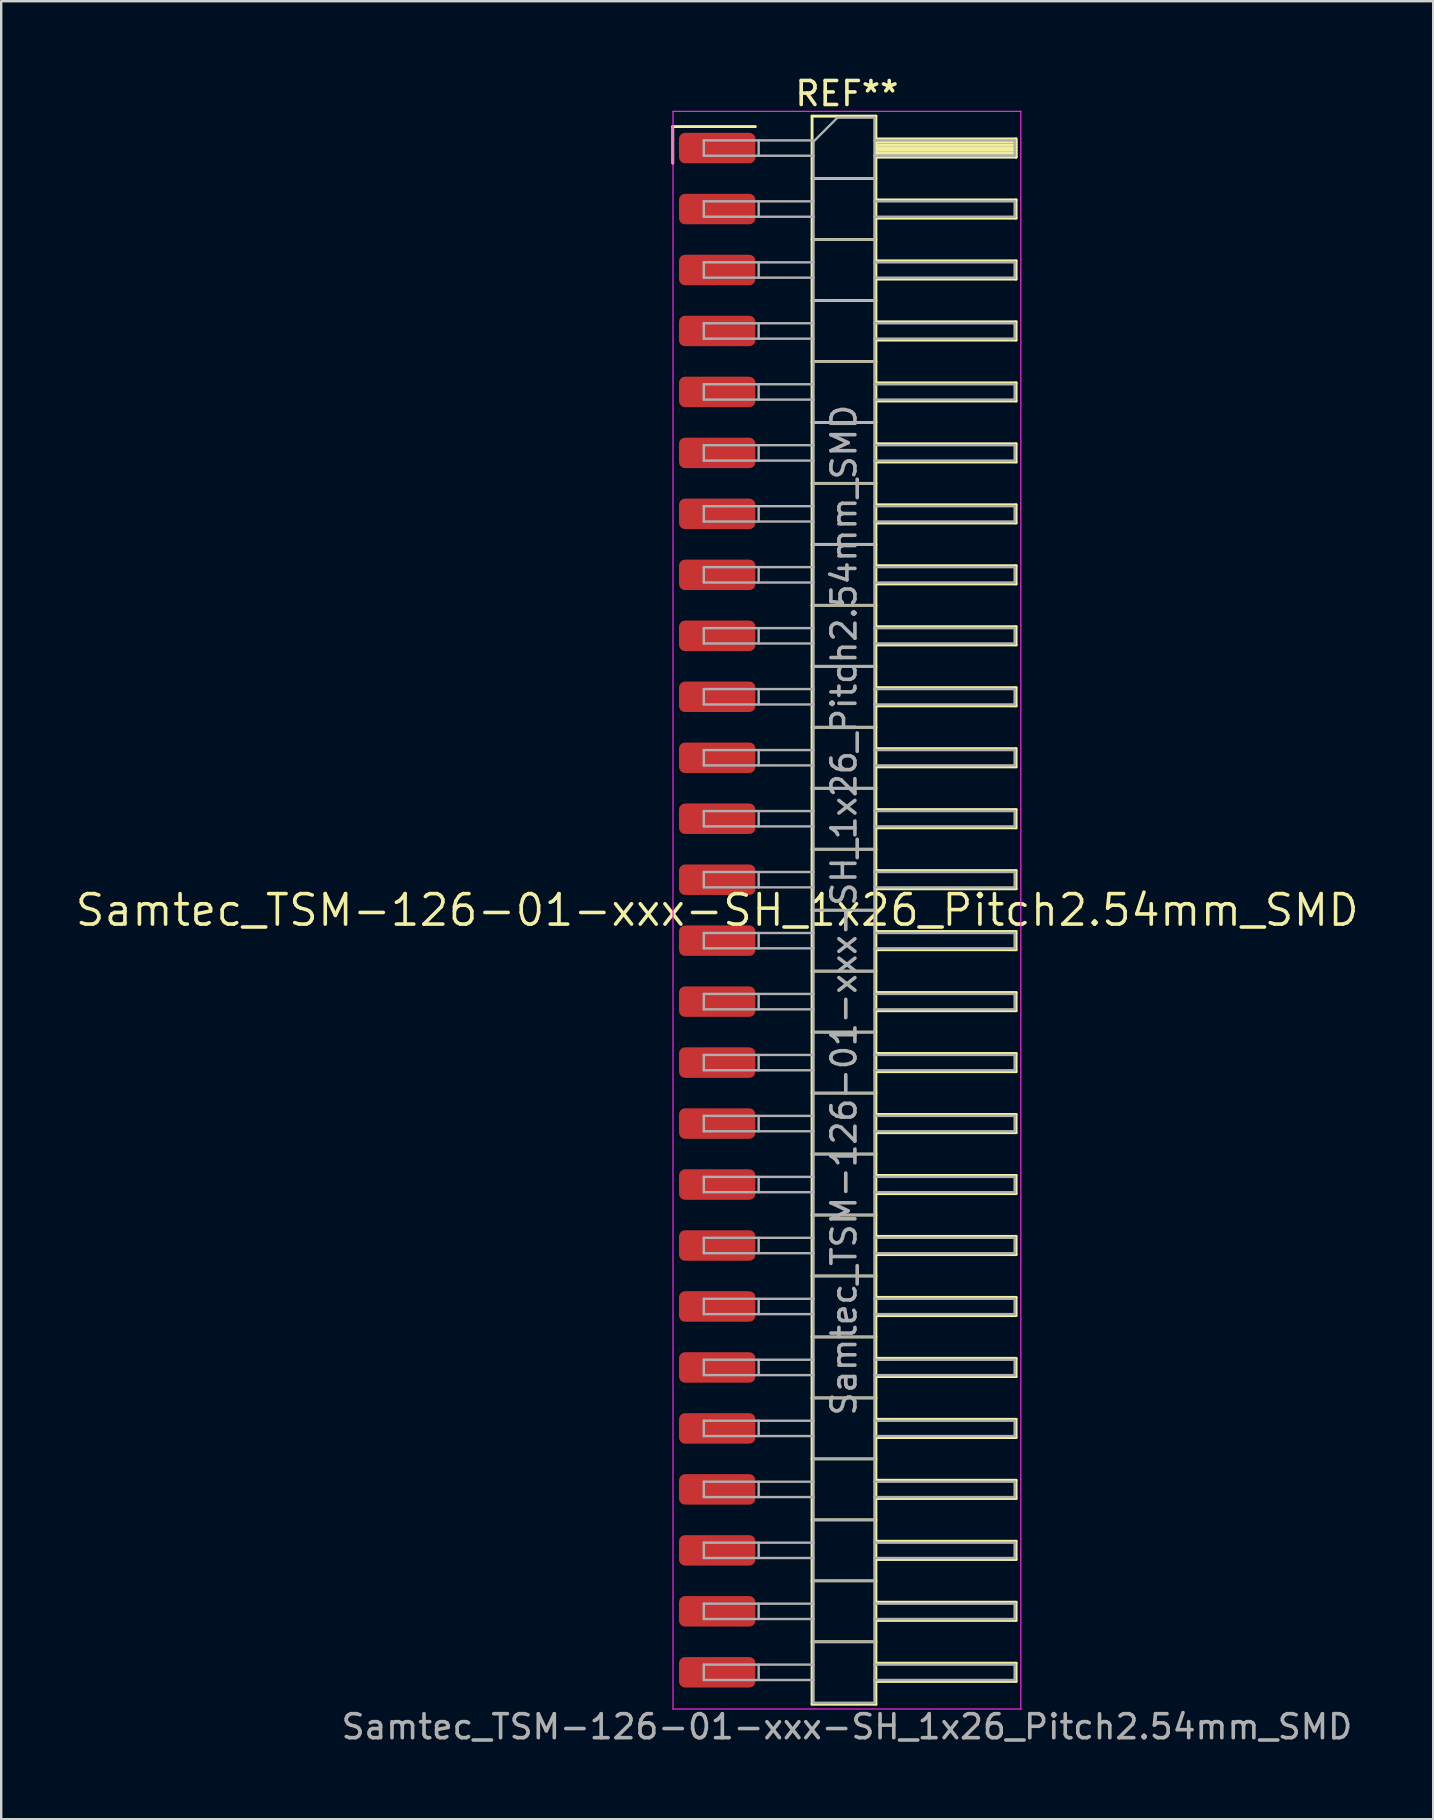
<source format=kicad_pcb>
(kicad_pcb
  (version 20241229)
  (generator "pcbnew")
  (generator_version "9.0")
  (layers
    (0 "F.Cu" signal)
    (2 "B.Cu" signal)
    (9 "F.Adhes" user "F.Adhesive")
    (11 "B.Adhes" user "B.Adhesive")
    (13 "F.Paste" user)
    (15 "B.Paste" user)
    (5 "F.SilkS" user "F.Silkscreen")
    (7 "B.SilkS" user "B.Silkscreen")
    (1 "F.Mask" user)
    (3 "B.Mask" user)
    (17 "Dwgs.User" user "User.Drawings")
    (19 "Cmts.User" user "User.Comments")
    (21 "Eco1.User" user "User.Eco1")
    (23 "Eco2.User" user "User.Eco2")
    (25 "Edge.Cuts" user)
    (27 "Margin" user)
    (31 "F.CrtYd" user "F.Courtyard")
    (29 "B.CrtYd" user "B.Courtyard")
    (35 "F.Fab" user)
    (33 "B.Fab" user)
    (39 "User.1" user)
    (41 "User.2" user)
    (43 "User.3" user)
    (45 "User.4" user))
  (footprint "Samtec_TSM-126-01-xxx-SH_1x26_Pitch2.54mm_SMD"
    (layer "F.Cu")
    (at 26.828 34.868)
    (property "Reference" "Samtec_TSM-126-01-xxx-SH_1x26_Pitch2.54mm_SMD" (at 0 0 0) (layer "F.SilkS") (effects (font (size 1.27 1.27) (thickness 0.15))))
    (attr smd)
    (fp_line (start -1.85 -32.645) (end 1.59 -32.645) (stroke (width 0.12) (type solid)) (layer "F.SilkS"))
    (fp_line (start -1.85 -31.115) (end -1.85 -32.645) (stroke (width 0.12) (type solid)) (layer "F.SilkS"))
    (fp_line (start 3.953 -33.08) (end 6.613 -33.08) (stroke (width 0.12) (type solid)) (layer "F.SilkS"))
    (fp_line (start 3.953 -30.48) (end 6.613 -30.48) (stroke (width 0.12) (type solid)) (layer "F.SilkS"))
    (fp_line (start 3.953 -27.94) (end 6.613 -27.94) (stroke (width 0.12) (type solid)) (layer "F.SilkS"))
    (fp_line (start 3.953 -25.4) (end 6.613 -25.4) (stroke (width 0.12) (type solid)) (layer "F.SilkS"))
    (fp_line (start 3.953 -22.86) (end 6.613 -22.86) (stroke (width 0.12) (type solid)) (layer "F.SilkS"))
    (fp_line (start 3.953 -20.32) (end 6.613 -20.32) (stroke (width 0.12) (type solid)) (layer "F.SilkS"))
    (fp_line (start 3.953 -17.78) (end 6.613 -17.78) (stroke (width 0.12) (type solid)) (layer "F.SilkS"))
    (fp_line (start 3.953 -15.24) (end 6.613 -15.24) (stroke (width 0.12) (type solid)) (layer "F.SilkS"))
    (fp_line (start 3.953 -12.7) (end 6.613 -12.7) (stroke (width 0.12) (type solid)) (layer "F.SilkS"))
    (fp_line (start 3.953 -10.16) (end 6.613 -10.16) (stroke (width 0.12) (type solid)) (layer "F.SilkS"))
    (fp_line (start 3.953 -7.62) (end 6.613 -7.62) (stroke (width 0.12) (type solid)) (layer "F.SilkS"))
    (fp_line (start 3.953 -5.08) (end 6.613 -5.08) (stroke (width 0.12) (type solid)) (layer "F.SilkS"))
    (fp_line (start 3.953 -2.54) (end 6.613 -2.54) (stroke (width 0.12) (type solid)) (layer "F.SilkS"))
    (fp_line (start 3.953 0) (end 6.613 0) (stroke (width 0.12) (type solid)) (layer "F.SilkS"))
    (fp_line (start 3.953 2.54) (end 6.613 2.54) (stroke (width 0.12) (type solid)) (layer "F.SilkS"))
    (fp_line (start 3.953 5.08) (end 6.613 5.08) (stroke (width 0.12) (type solid)) (layer "F.SilkS"))
    (fp_line (start 3.953 7.62) (end 6.613 7.62) (stroke (width 0.12) (type solid)) (layer "F.SilkS"))
    (fp_line (start 3.953 10.16) (end 6.613 10.16) (stroke (width 0.12) (type solid)) (layer "F.SilkS"))
    (fp_line (start 3.953 12.7) (end 6.613 12.7) (stroke (width 0.12) (type solid)) (layer "F.SilkS"))
    (fp_line (start 3.953 15.24) (end 6.613 15.24) (stroke (width 0.12) (type solid)) (layer "F.SilkS"))
    (fp_line (start 3.953 17.78) (end 6.613 17.78) (stroke (width 0.12) (type solid)) (layer "F.SilkS"))
    (fp_line (start 3.953 20.32) (end 6.613 20.32) (stroke (width 0.12) (type solid)) (layer "F.SilkS"))
    (fp_line (start 3.953 22.86) (end 6.613 22.86) (stroke (width 0.12) (type solid)) (layer "F.SilkS"))
    (fp_line (start 3.953 25.4) (end 6.613 25.4) (stroke (width 0.12) (type solid)) (layer "F.SilkS"))
    (fp_line (start 3.953 27.94) (end 6.613 27.94) (stroke (width 0.12) (type solid)) (layer "F.SilkS"))
    (fp_line (start 3.953 30.48) (end 6.613 30.48) (stroke (width 0.12) (type solid)) (layer "F.SilkS"))
    (fp_line (start 3.953 33.08) (end 3.953 -33.08) (stroke (width 0.12) (type solid)) (layer "F.SilkS"))
    (fp_line (start 6.613 -33.08) (end 6.613 33.08) (stroke (width 0.12) (type solid)) (layer "F.SilkS"))
    (fp_line (start 6.613 -32.13) (end 12.453 -32.13) (stroke (width 0.12) (type solid)) (layer "F.SilkS"))
    (fp_line (start 6.613 -32.01) (end 12.453 -32.01) (stroke (width 0.12) (type solid)) (layer "F.SilkS"))
    (fp_line (start 6.613 -31.89) (end 12.453 -31.89) (stroke (width 0.12) (type solid)) (layer "F.SilkS"))
    (fp_line (start 6.613 -31.77) (end 12.453 -31.77) (stroke (width 0.12) (type solid)) (layer "F.SilkS"))
    (fp_line (start 6.613 -31.65) (end 12.453 -31.65) (stroke (width 0.12) (type solid)) (layer "F.SilkS"))
    (fp_line (start 6.613 -31.53) (end 12.453 -31.53) (stroke (width 0.12) (type solid)) (layer "F.SilkS"))
    (fp_line (start 6.613 -31.41) (end 12.453 -31.41) (stroke (width 0.12) (type solid)) (layer "F.SilkS"))
    (fp_line (start 6.613 -31.37) (end 12.453 -31.37) (stroke (width 0.12) (type solid)) (layer "F.SilkS"))
    (fp_line (start 6.613 -29.59) (end 12.453 -29.59) (stroke (width 0.12) (type solid)) (layer "F.SilkS"))
    (fp_line (start 6.613 -28.83) (end 12.453 -28.83) (stroke (width 0.12) (type solid)) (layer "F.SilkS"))
    (fp_line (start 6.613 -27.05) (end 12.453 -27.05) (stroke (width 0.12) (type solid)) (layer "F.SilkS"))
    (fp_line (start 6.613 -26.29) (end 12.453 -26.29) (stroke (width 0.12) (type solid)) (layer "F.SilkS"))
    (fp_line (start 6.613 -24.51) (end 12.453 -24.51) (stroke (width 0.12) (type solid)) (layer "F.SilkS"))
    (fp_line (start 6.613 -23.75) (end 12.453 -23.75) (stroke (width 0.12) (type solid)) (layer "F.SilkS"))
    (fp_line (start 6.613 -21.97) (end 12.453 -21.97) (stroke (width 0.12) (type solid)) (layer "F.SilkS"))
    (fp_line (start 6.613 -21.21) (end 12.453 -21.21) (stroke (width 0.12) (type solid)) (layer "F.SilkS"))
    (fp_line (start 6.613 -19.43) (end 12.453 -19.43) (stroke (width 0.12) (type solid)) (layer "F.SilkS"))
    (fp_line (start 6.613 -18.67) (end 12.453 -18.67) (stroke (width 0.12) (type solid)) (layer "F.SilkS"))
    (fp_line (start 6.613 -16.89) (end 12.453 -16.89) (stroke (width 0.12) (type solid)) (layer "F.SilkS"))
    (fp_line (start 6.613 -16.13) (end 12.453 -16.13) (stroke (width 0.12) (type solid)) (layer "F.SilkS"))
    (fp_line (start 6.613 -14.35) (end 12.453 -14.35) (stroke (width 0.12) (type solid)) (layer "F.SilkS"))
    (fp_line (start 6.613 -13.59) (end 12.453 -13.59) (stroke (width 0.12) (type solid)) (layer "F.SilkS"))
    (fp_line (start 6.613 -11.81) (end 12.453 -11.81) (stroke (width 0.12) (type solid)) (layer "F.SilkS"))
    (fp_line (start 6.613 -11.05) (end 12.453 -11.05) (stroke (width 0.12) (type solid)) (layer "F.SilkS"))
    (fp_line (start 6.613 -9.27) (end 12.453 -9.27) (stroke (width 0.12) (type solid)) (layer "F.SilkS"))
    (fp_line (start 6.613 -8.51) (end 12.453 -8.51) (stroke (width 0.12) (type solid)) (layer "F.SilkS"))
    (fp_line (start 6.613 -6.73) (end 12.453 -6.73) (stroke (width 0.12) (type solid)) (layer "F.SilkS"))
    (fp_line (start 6.613 -5.97) (end 12.453 -5.97) (stroke (width 0.12) (type solid)) (layer "F.SilkS"))
    (fp_line (start 6.613 -4.19) (end 12.453 -4.19) (stroke (width 0.12) (type solid)) (layer "F.SilkS"))
    (fp_line (start 6.613 -3.43) (end 12.453 -3.43) (stroke (width 0.12) (type solid)) (layer "F.SilkS"))
    (fp_line (start 6.613 -1.65) (end 12.453 -1.65) (stroke (width 0.12) (type solid)) (layer "F.SilkS"))
    (fp_line (start 6.613 -0.89) (end 12.453 -0.89) (stroke (width 0.12) (type solid)) (layer "F.SilkS"))
    (fp_line (start 6.613 0.89) (end 12.453 0.89) (stroke (width 0.12) (type solid)) (layer "F.SilkS"))
    (fp_line (start 6.613 1.65) (end 12.453 1.65) (stroke (width 0.12) (type solid)) (layer "F.SilkS"))
    (fp_line (start 6.613 3.43) (end 12.453 3.43) (stroke (width 0.12) (type solid)) (layer "F.SilkS"))
    (fp_line (start 6.613 4.19) (end 12.453 4.19) (stroke (width 0.12) (type solid)) (layer "F.SilkS"))
    (fp_line (start 6.613 5.97) (end 12.453 5.97) (stroke (width 0.12) (type solid)) (layer "F.SilkS"))
    (fp_line (start 6.613 6.73) (end 12.453 6.73) (stroke (width 0.12) (type solid)) (layer "F.SilkS"))
    (fp_line (start 6.613 8.51) (end 12.453 8.51) (stroke (width 0.12) (type solid)) (layer "F.SilkS"))
    (fp_line (start 6.613 9.27) (end 12.453 9.27) (stroke (width 0.12) (type solid)) (layer "F.SilkS"))
    (fp_line (start 6.613 11.05) (end 12.453 11.05) (stroke (width 0.12) (type solid)) (layer "F.SilkS"))
    (fp_line (start 6.613 11.81) (end 12.453 11.81) (stroke (width 0.12) (type solid)) (layer "F.SilkS"))
    (fp_line (start 6.613 13.59) (end 12.453 13.59) (stroke (width 0.12) (type solid)) (layer "F.SilkS"))
    (fp_line (start 6.613 14.35) (end 12.453 14.35) (stroke (width 0.12) (type solid)) (layer "F.SilkS"))
    (fp_line (start 6.613 16.13) (end 12.453 16.13) (stroke (width 0.12) (type solid)) (layer "F.SilkS"))
    (fp_line (start 6.613 16.89) (end 12.453 16.89) (stroke (width 0.12) (type solid)) (layer "F.SilkS"))
    (fp_line (start 6.613 18.67) (end 12.453 18.67) (stroke (width 0.12) (type solid)) (layer "F.SilkS"))
    (fp_line (start 6.613 19.43) (end 12.453 19.43) (stroke (width 0.12) (type solid)) (layer "F.SilkS"))
    (fp_line (start 6.613 21.21) (end 12.453 21.21) (stroke (width 0.12) (type solid)) (layer "F.SilkS"))
    (fp_line (start 6.613 21.97) (end 12.453 21.97) (stroke (width 0.12) (type solid)) (layer "F.SilkS"))
    (fp_line (start 6.613 23.75) (end 12.453 23.75) (stroke (width 0.12) (type solid)) (layer "F.SilkS"))
    (fp_line (start 6.613 24.51) (end 12.453 24.51) (stroke (width 0.12) (type solid)) (layer "F.SilkS"))
    (fp_line (start 6.613 26.29) (end 12.453 26.29) (stroke (width 0.12) (type solid)) (layer "F.SilkS"))
    (fp_line (start 6.613 27.05) (end 12.453 27.05) (stroke (width 0.12) (type solid)) (layer "F.SilkS"))
    (fp_line (start 6.613 28.83) (end 12.453 28.83) (stroke (width 0.12) (type solid)) (layer "F.SilkS"))
    (fp_line (start 6.613 29.59) (end 12.453 29.59) (stroke (width 0.12) (type solid)) (layer "F.SilkS"))
    (fp_line (start 6.613 31.37) (end 12.453 31.37) (stroke (width 0.12) (type solid)) (layer "F.SilkS"))
    (fp_line (start 6.613 32.13) (end 12.453 32.13) (stroke (width 0.12) (type solid)) (layer "F.SilkS"))
    (fp_line (start 6.613 33.08) (end 3.953 33.08) (stroke (width 0.12) (type solid)) (layer "F.SilkS"))
    (fp_line (start 12.453 -32.13) (end 12.453 -31.37) (stroke (width 0.12) (type solid)) (layer "F.SilkS"))
    (fp_line (start 12.453 -29.59) (end 12.453 -28.83) (stroke (width 0.12) (type solid)) (layer "F.SilkS"))
    (fp_line (start 12.453 -27.05) (end 12.453 -26.29) (stroke (width 0.12) (type solid)) (layer "F.SilkS"))
    (fp_line (start 12.453 -24.51) (end 12.453 -23.75) (stroke (width 0.12) (type solid)) (layer "F.SilkS"))
    (fp_line (start 12.453 -21.97) (end 12.453 -21.21) (stroke (width 0.12) (type solid)) (layer "F.SilkS"))
    (fp_line (start 12.453 -19.43) (end 12.453 -18.67) (stroke (width 0.12) (type solid)) (layer "F.SilkS"))
    (fp_line (start 12.453 -16.89) (end 12.453 -16.13) (stroke (width 0.12) (type solid)) (layer "F.SilkS"))
    (fp_line (start 12.453 -14.35) (end 12.453 -13.59) (stroke (width 0.12) (type solid)) (layer "F.SilkS"))
    (fp_line (start 12.453 -11.81) (end 12.453 -11.05) (stroke (width 0.12) (type solid)) (layer "F.SilkS"))
    (fp_line (start 12.453 -9.27) (end 12.453 -8.51) (stroke (width 0.12) (type solid)) (layer "F.SilkS"))
    (fp_line (start 12.453 -6.73) (end 12.453 -5.97) (stroke (width 0.12) (type solid)) (layer "F.SilkS"))
    (fp_line (start 12.453 -4.19) (end 12.453 -3.43) (stroke (width 0.12) (type solid)) (layer "F.SilkS"))
    (fp_line (start 12.453 -1.65) (end 12.453 -0.89) (stroke (width 0.12) (type solid)) (layer "F.SilkS"))
    (fp_line (start 12.453 0.89) (end 12.453 1.65) (stroke (width 0.12) (type solid)) (layer "F.SilkS"))
    (fp_line (start 12.453 3.43) (end 12.453 4.19) (stroke (width 0.12) (type solid)) (layer "F.SilkS"))
    (fp_line (start 12.453 5.97) (end 12.453 6.73) (stroke (width 0.12) (type solid)) (layer "F.SilkS"))
    (fp_line (start 12.453 8.51) (end 12.453 9.27) (stroke (width 0.12) (type solid)) (layer "F.SilkS"))
    (fp_line (start 12.453 11.05) (end 12.453 11.81) (stroke (width 0.12) (type solid)) (layer "F.SilkS"))
    (fp_line (start 12.453 13.59) (end 12.453 14.35) (stroke (width 0.12) (type solid)) (layer "F.SilkS"))
    (fp_line (start 12.453 16.13) (end 12.453 16.89) (stroke (width 0.12) (type solid)) (layer "F.SilkS"))
    (fp_line (start 12.453 18.67) (end 12.453 19.43) (stroke (width 0.12) (type solid)) (layer "F.SilkS"))
    (fp_line (start 12.453 21.21) (end 12.453 21.97) (stroke (width 0.12) (type solid)) (layer "F.SilkS"))
    (fp_line (start 12.453 23.75) (end 12.453 24.51) (stroke (width 0.12) (type solid)) (layer "F.SilkS"))
    (fp_line (start 12.453 26.29) (end 12.453 27.05) (stroke (width 0.12) (type solid)) (layer "F.SilkS"))
    (fp_line (start 12.453 28.83) (end 12.453 29.59) (stroke (width 0.12) (type solid)) (layer "F.SilkS"))
    (fp_line (start 12.453 31.37) (end 12.453 32.13) (stroke (width 0.12) (type solid)) (layer "F.SilkS"))
    (fp_line (start -1.84 -33.28) (end 12.65 -33.28) (stroke (width 0.05) (type solid)) (layer "F.CrtYd"))
    (fp_line (start -1.84 33.28) (end -1.84 -33.28) (stroke (width 0.05) (type solid)) (layer "F.CrtYd"))
    (fp_line (start 12.65 -33.28) (end 12.65 33.28) (stroke (width 0.05) (type solid)) (layer "F.CrtYd"))
    (fp_line (start 12.65 33.28) (end -1.84 33.28) (stroke (width 0.05) (type solid)) (layer "F.CrtYd"))
    (fp_line (start -0.557 -32.07) (end -0.557 -31.43) (stroke (width 0.1) (type solid)) (layer "F.Fab"))
    (fp_line (start -0.557 -32.07) (end 4.013 -32.07) (stroke (width 0.1) (type solid)) (layer "F.Fab"))
    (fp_line (start -0.557 -31.43) (end 4.013 -31.43) (stroke (width 0.1) (type solid)) (layer "F.Fab"))
    (fp_line (start -0.557 -29.53) (end -0.557 -28.89) (stroke (width 0.1) (type solid)) (layer "F.Fab"))
    (fp_line (start -0.557 -29.53) (end 4.013 -29.53) (stroke (width 0.1) (type solid)) (layer "F.Fab"))
    (fp_line (start -0.557 -28.89) (end 4.013 -28.89) (stroke (width 0.1) (type solid)) (layer "F.Fab"))
    (fp_line (start -0.557 -26.99) (end -0.557 -26.35) (stroke (width 0.1) (type solid)) (layer "F.Fab"))
    (fp_line (start -0.557 -26.99) (end 4.013 -26.99) (stroke (width 0.1) (type solid)) (layer "F.Fab"))
    (fp_line (start -0.557 -26.35) (end 4.013 -26.35) (stroke (width 0.1) (type solid)) (layer "F.Fab"))
    (fp_line (start -0.557 -24.45) (end -0.557 -23.81) (stroke (width 0.1) (type solid)) (layer "F.Fab"))
    (fp_line (start -0.557 -24.45) (end 4.013 -24.45) (stroke (width 0.1) (type solid)) (layer "F.Fab"))
    (fp_line (start -0.557 -23.81) (end 4.013 -23.81) (stroke (width 0.1) (type solid)) (layer "F.Fab"))
    (fp_line (start -0.557 -21.91) (end -0.557 -21.27) (stroke (width 0.1) (type solid)) (layer "F.Fab"))
    (fp_line (start -0.557 -21.91) (end 4.013 -21.91) (stroke (width 0.1) (type solid)) (layer "F.Fab"))
    (fp_line (start -0.557 -21.27) (end 4.013 -21.27) (stroke (width 0.1) (type solid)) (layer "F.Fab"))
    (fp_line (start -0.557 -19.37) (end -0.557 -18.73) (stroke (width 0.1) (type solid)) (layer "F.Fab"))
    (fp_line (start -0.557 -19.37) (end 4.013 -19.37) (stroke (width 0.1) (type solid)) (layer "F.Fab"))
    (fp_line (start -0.557 -18.73) (end 4.013 -18.73) (stroke (width 0.1) (type solid)) (layer "F.Fab"))
    (fp_line (start -0.557 -16.83) (end -0.557 -16.19) (stroke (width 0.1) (type solid)) (layer "F.Fab"))
    (fp_line (start -0.557 -16.83) (end 4.013 -16.83) (stroke (width 0.1) (type solid)) (layer "F.Fab"))
    (fp_line (start -0.557 -16.19) (end 4.013 -16.19) (stroke (width 0.1) (type solid)) (layer "F.Fab"))
    (fp_line (start -0.557 -14.29) (end -0.557 -13.65) (stroke (width 0.1) (type solid)) (layer "F.Fab"))
    (fp_line (start -0.557 -14.29) (end 4.013 -14.29) (stroke (width 0.1) (type solid)) (layer "F.Fab"))
    (fp_line (start -0.557 -13.65) (end 4.013 -13.65) (stroke (width 0.1) (type solid)) (layer "F.Fab"))
    (fp_line (start -0.557 -11.75) (end -0.557 -11.11) (stroke (width 0.1) (type solid)) (layer "F.Fab"))
    (fp_line (start -0.557 -11.75) (end 4.013 -11.75) (stroke (width 0.1) (type solid)) (layer "F.Fab"))
    (fp_line (start -0.557 -11.11) (end 4.013 -11.11) (stroke (width 0.1) (type solid)) (layer "F.Fab"))
    (fp_line (start -0.557 -9.21) (end -0.557 -8.57) (stroke (width 0.1) (type solid)) (layer "F.Fab"))
    (fp_line (start -0.557 -9.21) (end 4.013 -9.21) (stroke (width 0.1) (type solid)) (layer "F.Fab"))
    (fp_line (start -0.557 -8.57) (end 4.013 -8.57) (stroke (width 0.1) (type solid)) (layer "F.Fab"))
    (fp_line (start -0.557 -6.67) (end -0.557 -6.03) (stroke (width 0.1) (type solid)) (layer "F.Fab"))
    (fp_line (start -0.557 -6.67) (end 4.013 -6.67) (stroke (width 0.1) (type solid)) (layer "F.Fab"))
    (fp_line (start -0.557 -6.03) (end 4.013 -6.03) (stroke (width 0.1) (type solid)) (layer "F.Fab"))
    (fp_line (start -0.557 -4.13) (end -0.557 -3.49) (stroke (width 0.1) (type solid)) (layer "F.Fab"))
    (fp_line (start -0.557 -4.13) (end 4.013 -4.13) (stroke (width 0.1) (type solid)) (layer "F.Fab"))
    (fp_line (start -0.557 -3.49) (end 4.013 -3.49) (stroke (width 0.1) (type solid)) (layer "F.Fab"))
    (fp_line (start -0.557 -1.59) (end -0.557 -0.95) (stroke (width 0.1) (type solid)) (layer "F.Fab"))
    (fp_line (start -0.557 -1.59) (end 4.013 -1.59) (stroke (width 0.1) (type solid)) (layer "F.Fab"))
    (fp_line (start -0.557 -0.95) (end 4.013 -0.95) (stroke (width 0.1) (type solid)) (layer "F.Fab"))
    (fp_line (start -0.557 0.95) (end -0.557 1.59) (stroke (width 0.1) (type solid)) (layer "F.Fab"))
    (fp_line (start -0.557 0.95) (end 4.013 0.95) (stroke (width 0.1) (type solid)) (layer "F.Fab"))
    (fp_line (start -0.557 1.59) (end 4.013 1.59) (stroke (width 0.1) (type solid)) (layer "F.Fab"))
    (fp_line (start -0.557 3.49) (end -0.557 4.13) (stroke (width 0.1) (type solid)) (layer "F.Fab"))
    (fp_line (start -0.557 3.49) (end 4.013 3.49) (stroke (width 0.1) (type solid)) (layer "F.Fab"))
    (fp_line (start -0.557 4.13) (end 4.013 4.13) (stroke (width 0.1) (type solid)) (layer "F.Fab"))
    (fp_line (start -0.557 6.03) (end -0.557 6.67) (stroke (width 0.1) (type solid)) (layer "F.Fab"))
    (fp_line (start -0.557 6.03) (end 4.013 6.03) (stroke (width 0.1) (type solid)) (layer "F.Fab"))
    (fp_line (start -0.557 6.67) (end 4.013 6.67) (stroke (width 0.1) (type solid)) (layer "F.Fab"))
    (fp_line (start -0.557 8.57) (end -0.557 9.21) (stroke (width 0.1) (type solid)) (layer "F.Fab"))
    (fp_line (start -0.557 8.57) (end 4.013 8.57) (stroke (width 0.1) (type solid)) (layer "F.Fab"))
    (fp_line (start -0.557 9.21) (end 4.013 9.21) (stroke (width 0.1) (type solid)) (layer "F.Fab"))
    (fp_line (start -0.557 11.11) (end -0.557 11.75) (stroke (width 0.1) (type solid)) (layer "F.Fab"))
    (fp_line (start -0.557 11.11) (end 4.013 11.11) (stroke (width 0.1) (type solid)) (layer "F.Fab"))
    (fp_line (start -0.557 11.75) (end 4.013 11.75) (stroke (width 0.1) (type solid)) (layer "F.Fab"))
    (fp_line (start -0.557 13.65) (end -0.557 14.29) (stroke (width 0.1) (type solid)) (layer "F.Fab"))
    (fp_line (start -0.557 13.65) (end 4.013 13.65) (stroke (width 0.1) (type solid)) (layer "F.Fab"))
    (fp_line (start -0.557 14.29) (end 4.013 14.29) (stroke (width 0.1) (type solid)) (layer "F.Fab"))
    (fp_line (start -0.557 16.19) (end -0.557 16.83) (stroke (width 0.1) (type solid)) (layer "F.Fab"))
    (fp_line (start -0.557 16.19) (end 4.013 16.19) (stroke (width 0.1) (type solid)) (layer "F.Fab"))
    (fp_line (start -0.557 16.83) (end 4.013 16.83) (stroke (width 0.1) (type solid)) (layer "F.Fab"))
    (fp_line (start -0.557 18.73) (end -0.557 19.37) (stroke (width 0.1) (type solid)) (layer "F.Fab"))
    (fp_line (start -0.557 18.73) (end 4.013 18.73) (stroke (width 0.1) (type solid)) (layer "F.Fab"))
    (fp_line (start -0.557 19.37) (end 4.013 19.37) (stroke (width 0.1) (type solid)) (layer "F.Fab"))
    (fp_line (start -0.557 21.27) (end -0.557 21.91) (stroke (width 0.1) (type solid)) (layer "F.Fab"))
    (fp_line (start -0.557 21.27) (end 4.013 21.27) (stroke (width 0.1) (type solid)) (layer "F.Fab"))
    (fp_line (start -0.557 21.91) (end 4.013 21.91) (stroke (width 0.1) (type solid)) (layer "F.Fab"))
    (fp_line (start -0.557 23.81) (end -0.557 24.45) (stroke (width 0.1) (type solid)) (layer "F.Fab"))
    (fp_line (start -0.557 23.81) (end 4.013 23.81) (stroke (width 0.1) (type solid)) (layer "F.Fab"))
    (fp_line (start -0.557 24.45) (end 4.013 24.45) (stroke (width 0.1) (type solid)) (layer "F.Fab"))
    (fp_line (start -0.557 26.35) (end -0.557 26.99) (stroke (width 0.1) (type solid)) (layer "F.Fab"))
    (fp_line (start -0.557 26.35) (end 4.013 26.35) (stroke (width 0.1) (type solid)) (layer "F.Fab"))
    (fp_line (start -0.557 26.99) (end 4.013 26.99) (stroke (width 0.1) (type solid)) (layer "F.Fab"))
    (fp_line (start -0.557 28.89) (end -0.557 29.53) (stroke (width 0.1) (type solid)) (layer "F.Fab"))
    (fp_line (start -0.557 28.89) (end 4.013 28.89) (stroke (width 0.1) (type solid)) (layer "F.Fab"))
    (fp_line (start -0.557 29.53) (end 4.013 29.53) (stroke (width 0.1) (type solid)) (layer "F.Fab"))
    (fp_line (start -0.557 31.43) (end -0.557 32.07) (stroke (width 0.1) (type solid)) (layer "F.Fab"))
    (fp_line (start -0.557 31.43) (end 4.013 31.43) (stroke (width 0.1) (type solid)) (layer "F.Fab"))
    (fp_line (start -0.557 32.07) (end 4.013 32.07) (stroke (width 0.1) (type solid)) (layer "F.Fab"))
    (fp_line (start 1.728 -32.07) (end 1.728 -31.43) (stroke (width 0.1) (type solid)) (layer "F.Fab"))
    (fp_line (start 1.728 -29.53) (end 1.728 -28.89) (stroke (width 0.1) (type solid)) (layer "F.Fab"))
    (fp_line (start 1.728 -26.99) (end 1.728 -26.35) (stroke (width 0.1) (type solid)) (layer "F.Fab"))
    (fp_line (start 1.728 -24.45) (end 1.728 -23.81) (stroke (width 0.1) (type solid)) (layer "F.Fab"))
    (fp_line (start 1.728 -21.91) (end 1.728 -21.27) (stroke (width 0.1) (type solid)) (layer "F.Fab"))
    (fp_line (start 1.728 -19.37) (end 1.728 -18.73) (stroke (width 0.1) (type solid)) (layer "F.Fab"))
    (fp_line (start 1.728 -16.83) (end 1.728 -16.19) (stroke (width 0.1) (type solid)) (layer "F.Fab"))
    (fp_line (start 1.728 -14.29) (end 1.728 -13.65) (stroke (width 0.1) (type solid)) (layer "F.Fab"))
    (fp_line (start 1.728 -11.75) (end 1.728 -11.11) (stroke (width 0.1) (type solid)) (layer "F.Fab"))
    (fp_line (start 1.728 -9.21) (end 1.728 -8.57) (stroke (width 0.1) (type solid)) (layer "F.Fab"))
    (fp_line (start 1.728 -6.67) (end 1.728 -6.03) (stroke (width 0.1) (type solid)) (layer "F.Fab"))
    (fp_line (start 1.728 -4.13) (end 1.728 -3.49) (stroke (width 0.1) (type solid)) (layer "F.Fab"))
    (fp_line (start 1.728 -1.59) (end 1.728 -0.95) (stroke (width 0.1) (type solid)) (layer "F.Fab"))
    (fp_line (start 1.728 0.95) (end 1.728 1.59) (stroke (width 0.1) (type solid)) (layer "F.Fab"))
    (fp_line (start 1.728 3.49) (end 1.728 4.13) (stroke (width 0.1) (type solid)) (layer "F.Fab"))
    (fp_line (start 1.728 6.03) (end 1.728 6.67) (stroke (width 0.1) (type solid)) (layer "F.Fab"))
    (fp_line (start 1.728 8.57) (end 1.728 9.21) (stroke (width 0.1) (type solid)) (layer "F.Fab"))
    (fp_line (start 1.728 11.11) (end 1.728 11.75) (stroke (width 0.1) (type solid)) (layer "F.Fab"))
    (fp_line (start 1.728 13.65) (end 1.728 14.29) (stroke (width 0.1) (type solid)) (layer "F.Fab"))
    (fp_line (start 1.728 16.19) (end 1.728 16.83) (stroke (width 0.1) (type solid)) (layer "F.Fab"))
    (fp_line (start 1.728 18.73) (end 1.728 19.37) (stroke (width 0.1) (type solid)) (layer "F.Fab"))
    (fp_line (start 1.728 21.27) (end 1.728 21.91) (stroke (width 0.1) (type solid)) (layer "F.Fab"))
    (fp_line (start 1.728 23.81) (end 1.728 24.45) (stroke (width 0.1) (type solid)) (layer "F.Fab"))
    (fp_line (start 1.728 26.35) (end 1.728 26.99) (stroke (width 0.1) (type solid)) (layer "F.Fab"))
    (fp_line (start 1.728 28.89) (end 1.728 29.53) (stroke (width 0.1) (type solid)) (layer "F.Fab"))
    (fp_line (start 1.728 31.43) (end 1.728 32.07) (stroke (width 0.1) (type solid)) (layer "F.Fab"))
    (fp_line (start 4.013 -32.02) (end 5.013 -33.02) (stroke (width 0.1) (type solid)) (layer "F.Fab"))
    (fp_line (start 4.013 -30.48) (end 6.553 -30.48) (stroke (width 0.1) (type solid)) (layer "F.Fab"))
    (fp_line (start 4.013 -27.94) (end 6.553 -27.94) (stroke (width 0.1) (type solid)) (layer "F.Fab"))
    (fp_line (start 4.013 -25.4) (end 6.553 -25.4) (stroke (width 0.1) (type solid)) (layer "F.Fab"))
    (fp_line (start 4.013 -22.86) (end 6.553 -22.86) (stroke (width 0.1) (type solid)) (layer "F.Fab"))
    (fp_line (start 4.013 -20.32) (end 6.553 -20.32) (stroke (width 0.1) (type solid)) (layer "F.Fab"))
    (fp_line (start 4.013 -17.78) (end 6.553 -17.78) (stroke (width 0.1) (type solid)) (layer "F.Fab"))
    (fp_line (start 4.013 -15.24) (end 6.553 -15.24) (stroke (width 0.1) (type solid)) (layer "F.Fab"))
    (fp_line (start 4.013 -12.7) (end 6.553 -12.7) (stroke (width 0.1) (type solid)) (layer "F.Fab"))
    (fp_line (start 4.013 -10.16) (end 6.553 -10.16) (stroke (width 0.1) (type solid)) (layer "F.Fab"))
    (fp_line (start 4.013 -7.62) (end 6.553 -7.62) (stroke (width 0.1) (type solid)) (layer "F.Fab"))
    (fp_line (start 4.013 -5.08) (end 6.553 -5.08) (stroke (width 0.1) (type solid)) (layer "F.Fab"))
    (fp_line (start 4.013 -2.54) (end 6.553 -2.54) (stroke (width 0.1) (type solid)) (layer "F.Fab"))
    (fp_line (start 4.013 0) (end 6.553 0) (stroke (width 0.1) (type solid)) (layer "F.Fab"))
    (fp_line (start 4.013 2.54) (end 6.553 2.54) (stroke (width 0.1) (type solid)) (layer "F.Fab"))
    (fp_line (start 4.013 5.08) (end 6.553 5.08) (stroke (width 0.1) (type solid)) (layer "F.Fab"))
    (fp_line (start 4.013 7.62) (end 6.553 7.62) (stroke (width 0.1) (type solid)) (layer "F.Fab"))
    (fp_line (start 4.013 10.16) (end 6.553 10.16) (stroke (width 0.1) (type solid)) (layer "F.Fab"))
    (fp_line (start 4.013 12.7) (end 6.553 12.7) (stroke (width 0.1) (type solid)) (layer "F.Fab"))
    (fp_line (start 4.013 15.24) (end 6.553 15.24) (stroke (width 0.1) (type solid)) (layer "F.Fab"))
    (fp_line (start 4.013 17.78) (end 6.553 17.78) (stroke (width 0.1) (type solid)) (layer "F.Fab"))
    (fp_line (start 4.013 20.32) (end 6.553 20.32) (stroke (width 0.1) (type solid)) (layer "F.Fab"))
    (fp_line (start 4.013 22.86) (end 6.553 22.86) (stroke (width 0.1) (type solid)) (layer "F.Fab"))
    (fp_line (start 4.013 25.4) (end 6.553 25.4) (stroke (width 0.1) (type solid)) (layer "F.Fab"))
    (fp_line (start 4.013 27.94) (end 6.553 27.94) (stroke (width 0.1) (type solid)) (layer "F.Fab"))
    (fp_line (start 4.013 30.48) (end 6.553 30.48) (stroke (width 0.1) (type solid)) (layer "F.Fab"))
    (fp_line (start 4.013 33.02) (end 4.013 -32.02) (stroke (width 0.1) (type solid)) (layer "F.Fab"))
    (fp_line (start 5.013 -33.02) (end 6.553 -33.02) (stroke (width 0.1) (type solid)) (layer "F.Fab"))
    (fp_line (start 6.553 -33.02) (end 6.553 33.02) (stroke (width 0.1) (type solid)) (layer "F.Fab"))
    (fp_line (start 6.553 -32.07) (end 12.393 -32.07) (stroke (width 0.1) (type solid)) (layer "F.Fab"))
    (fp_line (start 6.553 -31.43) (end 12.393 -31.43) (stroke (width 0.1) (type solid)) (layer "F.Fab"))
    (fp_line (start 6.553 -29.53) (end 12.393 -29.53) (stroke (width 0.1) (type solid)) (layer "F.Fab"))
    (fp_line (start 6.553 -28.89) (end 12.393 -28.89) (stroke (width 0.1) (type solid)) (layer "F.Fab"))
    (fp_line (start 6.553 -26.99) (end 12.393 -26.99) (stroke (width 0.1) (type solid)) (layer "F.Fab"))
    (fp_line (start 6.553 -26.35) (end 12.393 -26.35) (stroke (width 0.1) (type solid)) (layer "F.Fab"))
    (fp_line (start 6.553 -24.45) (end 12.393 -24.45) (stroke (width 0.1) (type solid)) (layer "F.Fab"))
    (fp_line (start 6.553 -23.81) (end 12.393 -23.81) (stroke (width 0.1) (type solid)) (layer "F.Fab"))
    (fp_line (start 6.553 -21.91) (end 12.393 -21.91) (stroke (width 0.1) (type solid)) (layer "F.Fab"))
    (fp_line (start 6.553 -21.27) (end 12.393 -21.27) (stroke (width 0.1) (type solid)) (layer "F.Fab"))
    (fp_line (start 6.553 -19.37) (end 12.393 -19.37) (stroke (width 0.1) (type solid)) (layer "F.Fab"))
    (fp_line (start 6.553 -18.73) (end 12.393 -18.73) (stroke (width 0.1) (type solid)) (layer "F.Fab"))
    (fp_line (start 6.553 -16.83) (end 12.393 -16.83) (stroke (width 0.1) (type solid)) (layer "F.Fab"))
    (fp_line (start 6.553 -16.19) (end 12.393 -16.19) (stroke (width 0.1) (type solid)) (layer "F.Fab"))
    (fp_line (start 6.553 -14.29) (end 12.393 -14.29) (stroke (width 0.1) (type solid)) (layer "F.Fab"))
    (fp_line (start 6.553 -13.65) (end 12.393 -13.65) (stroke (width 0.1) (type solid)) (layer "F.Fab"))
    (fp_line (start 6.553 -11.75) (end 12.393 -11.75) (stroke (width 0.1) (type solid)) (layer "F.Fab"))
    (fp_line (start 6.553 -11.11) (end 12.393 -11.11) (stroke (width 0.1) (type solid)) (layer "F.Fab"))
    (fp_line (start 6.553 -9.21) (end 12.393 -9.21) (stroke (width 0.1) (type solid)) (layer "F.Fab"))
    (fp_line (start 6.553 -8.57) (end 12.393 -8.57) (stroke (width 0.1) (type solid)) (layer "F.Fab"))
    (fp_line (start 6.553 -6.67) (end 12.393 -6.67) (stroke (width 0.1) (type solid)) (layer "F.Fab"))
    (fp_line (start 6.553 -6.03) (end 12.393 -6.03) (stroke (width 0.1) (type solid)) (layer "F.Fab"))
    (fp_line (start 6.553 -4.13) (end 12.393 -4.13) (stroke (width 0.1) (type solid)) (layer "F.Fab"))
    (fp_line (start 6.553 -3.49) (end 12.393 -3.49) (stroke (width 0.1) (type solid)) (layer "F.Fab"))
    (fp_line (start 6.553 -1.59) (end 12.393 -1.59) (stroke (width 0.1) (type solid)) (layer "F.Fab"))
    (fp_line (start 6.553 -0.95) (end 12.393 -0.95) (stroke (width 0.1) (type solid)) (layer "F.Fab"))
    (fp_line (start 6.553 0.95) (end 12.393 0.95) (stroke (width 0.1) (type solid)) (layer "F.Fab"))
    (fp_line (start 6.553 1.59) (end 12.393 1.59) (stroke (width 0.1) (type solid)) (layer "F.Fab"))
    (fp_line (start 6.553 3.49) (end 12.393 3.49) (stroke (width 0.1) (type solid)) (layer "F.Fab"))
    (fp_line (start 6.553 4.13) (end 12.393 4.13) (stroke (width 0.1) (type solid)) (layer "F.Fab"))
    (fp_line (start 6.553 6.03) (end 12.393 6.03) (stroke (width 0.1) (type solid)) (layer "F.Fab"))
    (fp_line (start 6.553 6.67) (end 12.393 6.67) (stroke (width 0.1) (type solid)) (layer "F.Fab"))
    (fp_line (start 6.553 8.57) (end 12.393 8.57) (stroke (width 0.1) (type solid)) (layer "F.Fab"))
    (fp_line (start 6.553 9.21) (end 12.393 9.21) (stroke (width 0.1) (type solid)) (layer "F.Fab"))
    (fp_line (start 6.553 11.11) (end 12.393 11.11) (stroke (width 0.1) (type solid)) (layer "F.Fab"))
    (fp_line (start 6.553 11.75) (end 12.393 11.75) (stroke (width 0.1) (type solid)) (layer "F.Fab"))
    (fp_line (start 6.553 13.65) (end 12.393 13.65) (stroke (width 0.1) (type solid)) (layer "F.Fab"))
    (fp_line (start 6.553 14.29) (end 12.393 14.29) (stroke (width 0.1) (type solid)) (layer "F.Fab"))
    (fp_line (start 6.553 16.19) (end 12.393 16.19) (stroke (width 0.1) (type solid)) (layer "F.Fab"))
    (fp_line (start 6.553 16.83) (end 12.393 16.83) (stroke (width 0.1) (type solid)) (layer "F.Fab"))
    (fp_line (start 6.553 18.73) (end 12.393 18.73) (stroke (width 0.1) (type solid)) (layer "F.Fab"))
    (fp_line (start 6.553 19.37) (end 12.393 19.37) (stroke (width 0.1) (type solid)) (layer "F.Fab"))
    (fp_line (start 6.553 21.27) (end 12.393 21.27) (stroke (width 0.1) (type solid)) (layer "F.Fab"))
    (fp_line (start 6.553 21.91) (end 12.393 21.91) (stroke (width 0.1) (type solid)) (layer "F.Fab"))
    (fp_line (start 6.553 23.81) (end 12.393 23.81) (stroke (width 0.1) (type solid)) (layer "F.Fab"))
    (fp_line (start 6.553 24.45) (end 12.393 24.45) (stroke (width 0.1) (type solid)) (layer "F.Fab"))
    (fp_line (start 6.553 26.35) (end 12.393 26.35) (stroke (width 0.1) (type solid)) (layer "F.Fab"))
    (fp_line (start 6.553 26.99) (end 12.393 26.99) (stroke (width 0.1) (type solid)) (layer "F.Fab"))
    (fp_line (start 6.553 28.89) (end 12.393 28.89) (stroke (width 0.1) (type solid)) (layer "F.Fab"))
    (fp_line (start 6.553 29.53) (end 12.393 29.53) (stroke (width 0.1) (type solid)) (layer "F.Fab"))
    (fp_line (start 6.553 31.43) (end 12.393 31.43) (stroke (width 0.1) (type solid)) (layer "F.Fab"))
    (fp_line (start 6.553 32.07) (end 12.393 32.07) (stroke (width 0.1) (type solid)) (layer "F.Fab"))
    (fp_line (start 6.553 33.02) (end 4.013 33.02) (stroke (width 0.1) (type solid)) (layer "F.Fab"))
    (fp_line (start 12.393 -32.07) (end 12.393 -31.43) (stroke (width 0.1) (type solid)) (layer "F.Fab"))
    (fp_line (start 12.393 -29.53) (end 12.393 -28.89) (stroke (width 0.1) (type solid)) (layer "F.Fab"))
    (fp_line (start 12.393 -26.99) (end 12.393 -26.35) (stroke (width 0.1) (type solid)) (layer "F.Fab"))
    (fp_line (start 12.393 -24.45) (end 12.393 -23.81) (stroke (width 0.1) (type solid)) (layer "F.Fab"))
    (fp_line (start 12.393 -21.91) (end 12.393 -21.27) (stroke (width 0.1) (type solid)) (layer "F.Fab"))
    (fp_line (start 12.393 -19.37) (end 12.393 -18.73) (stroke (width 0.1) (type solid)) (layer "F.Fab"))
    (fp_line (start 12.393 -16.83) (end 12.393 -16.19) (stroke (width 0.1) (type solid)) (layer "F.Fab"))
    (fp_line (start 12.393 -14.29) (end 12.393 -13.65) (stroke (width 0.1) (type solid)) (layer "F.Fab"))
    (fp_line (start 12.393 -11.75) (end 12.393 -11.11) (stroke (width 0.1) (type solid)) (layer "F.Fab"))
    (fp_line (start 12.393 -9.21) (end 12.393 -8.57) (stroke (width 0.1) (type solid)) (layer "F.Fab"))
    (fp_line (start 12.393 -6.67) (end 12.393 -6.03) (stroke (width 0.1) (type solid)) (layer "F.Fab"))
    (fp_line (start 12.393 -4.13) (end 12.393 -3.49) (stroke (width 0.1) (type solid)) (layer "F.Fab"))
    (fp_line (start 12.393 -1.59) (end 12.393 -0.95) (stroke (width 0.1) (type solid)) (layer "F.Fab"))
    (fp_line (start 12.393 0.95) (end 12.393 1.59) (stroke (width 0.1) (type solid)) (layer "F.Fab"))
    (fp_line (start 12.393 3.49) (end 12.393 4.13) (stroke (width 0.1) (type solid)) (layer "F.Fab"))
    (fp_line (start 12.393 6.03) (end 12.393 6.67) (stroke (width 0.1) (type solid)) (layer "F.Fab"))
    (fp_line (start 12.393 8.57) (end 12.393 9.21) (stroke (width 0.1) (type solid)) (layer "F.Fab"))
    (fp_line (start 12.393 11.11) (end 12.393 11.75) (stroke (width 0.1) (type solid)) (layer "F.Fab"))
    (fp_line (start 12.393 13.65) (end 12.393 14.29) (stroke (width 0.1) (type solid)) (layer "F.Fab"))
    (fp_line (start 12.393 16.19) (end 12.393 16.83) (stroke (width 0.1) (type solid)) (layer "F.Fab"))
    (fp_line (start 12.393 18.73) (end 12.393 19.37) (stroke (width 0.1) (type solid)) (layer "F.Fab"))
    (fp_line (start 12.393 21.27) (end 12.393 21.91) (stroke (width 0.1) (type solid)) (layer "F.Fab"))
    (fp_line (start 12.393 23.81) (end 12.393 24.45) (stroke (width 0.1) (type solid)) (layer "F.Fab"))
    (fp_line (start 12.393 26.35) (end 12.393 26.99) (stroke (width 0.1) (type solid)) (layer "F.Fab"))
    (fp_line (start 12.393 28.89) (end 12.393 29.53) (stroke (width 0.1) (type solid)) (layer "F.Fab"))
    (fp_line (start 12.393 31.43) (end 12.393 32.07) (stroke (width 0.1) (type solid)) (layer "F.Fab"))
    (fp_text user "REF**" (at 5.405 -34.02 0) (layer "F.SilkS") (effects (font (size 1 1) (thickness 0.15))))
    (fp_text user "Samtec_TSM-126-01-xxx-SH_1x26_Pitch2.54mm_SMD" (at 5.405 34.02 0) (layer "F.Fab") (effects (font (size 1 1) (thickness 0.15))))
    (fp_text user "${REFERENCE}" (at 5.283 0 90) (layer "F.Fab") (effects (font (size 1 1) (thickness 0.15))))
    (pad "1" smd roundrect (at 0 -31.75) (size 3.18 1.27) (layers "F.Cu" "F.Mask" "F.Paste") (roundrect_rratio 0.197))
    (pad "2" smd roundrect (at 0 -29.21) (size 3.18 1.27) (layers "F.Cu" "F.Mask" "F.Paste") (roundrect_rratio 0.197))
    (pad "3" smd roundrect (at 0 -26.67) (size 3.18 1.27) (layers "F.Cu" "F.Mask" "F.Paste") (roundrect_rratio 0.197))
    (pad "4" smd roundrect (at 0 -24.13) (size 3.18 1.27) (layers "F.Cu" "F.Mask" "F.Paste") (roundrect_rratio 0.197))
    (pad "5" smd roundrect (at 0 -21.59) (size 3.18 1.27) (layers "F.Cu" "F.Mask" "F.Paste") (roundrect_rratio 0.197))
    (pad "6" smd roundrect (at 0 -19.05) (size 3.18 1.27) (layers "F.Cu" "F.Mask" "F.Paste") (roundrect_rratio 0.197))
    (pad "7" smd roundrect (at 0 -16.51) (size 3.18 1.27) (layers "F.Cu" "F.Mask" "F.Paste") (roundrect_rratio 0.197))
    (pad "8" smd roundrect (at 0 -13.97) (size 3.18 1.27) (layers "F.Cu" "F.Mask" "F.Paste") (roundrect_rratio 0.197))
    (pad "9" smd roundrect (at 0 -11.43) (size 3.18 1.27) (layers "F.Cu" "F.Mask" "F.Paste") (roundrect_rratio 0.197))
    (pad "10" smd roundrect (at 0 -8.89) (size 3.18 1.27) (layers "F.Cu" "F.Mask" "F.Paste") (roundrect_rratio 0.197))
    (pad "11" smd roundrect (at 0 -6.35) (size 3.18 1.27) (layers "F.Cu" "F.Mask" "F.Paste") (roundrect_rratio 0.197))
    (pad "12" smd roundrect (at 0 -3.81) (size 3.18 1.27) (layers "F.Cu" "F.Mask" "F.Paste") (roundrect_rratio 0.197))
    (pad "13" smd roundrect (at 0 -1.27) (size 3.18 1.27) (layers "F.Cu" "F.Mask" "F.Paste") (roundrect_rratio 0.197))
    (pad "14" smd roundrect (at 0 1.27) (size 3.18 1.27) (layers "F.Cu" "F.Mask" "F.Paste") (roundrect_rratio 0.197))
    (pad "15" smd roundrect (at 0 3.81) (size 3.18 1.27) (layers "F.Cu" "F.Mask" "F.Paste") (roundrect_rratio 0.197))
    (pad "16" smd roundrect (at 0 6.35) (size 3.18 1.27) (layers "F.Cu" "F.Mask" "F.Paste") (roundrect_rratio 0.197))
    (pad "17" smd roundrect (at 0 8.89) (size 3.18 1.27) (layers "F.Cu" "F.Mask" "F.Paste") (roundrect_rratio 0.197))
    (pad "18" smd roundrect (at 0 11.43) (size 3.18 1.27) (layers "F.Cu" "F.Mask" "F.Paste") (roundrect_rratio 0.197))
    (pad "19" smd roundrect (at 0 13.97) (size 3.18 1.27) (layers "F.Cu" "F.Mask" "F.Paste") (roundrect_rratio 0.197))
    (pad "20" smd roundrect (at 0 16.51) (size 3.18 1.27) (layers "F.Cu" "F.Mask" "F.Paste") (roundrect_rratio 0.197))
    (pad "21" smd roundrect (at 0 19.05) (size 3.18 1.27) (layers "F.Cu" "F.Mask" "F.Paste") (roundrect_rratio 0.197))
    (pad "22" smd roundrect (at 0 21.59) (size 3.18 1.27) (layers "F.Cu" "F.Mask" "F.Paste") (roundrect_rratio 0.197))
    (pad "23" smd roundrect (at 0 24.13) (size 3.18 1.27) (layers "F.Cu" "F.Mask" "F.Paste") (roundrect_rratio 0.197))
    (pad "24" smd roundrect (at 0 26.67) (size 3.18 1.27) (layers "F.Cu" "F.Mask" "F.Paste") (roundrect_rratio 0.197))
    (pad "25" smd roundrect (at 0 29.21) (size 3.18 1.27) (layers "F.Cu" "F.Mask" "F.Paste") (roundrect_rratio 0.197))
    (pad "26" smd roundrect (at 0 31.75) (size 3.18 1.27) (layers "F.Cu" "F.Mask" "F.Paste") (roundrect_rratio 0.197)))
  (gr_rect
    (start -3 -3)
    (end 56.657 72.737)
    (stroke (width 0.1) (type default))
    (fill no)
    (layer "Edge.Cuts")))
</source>
